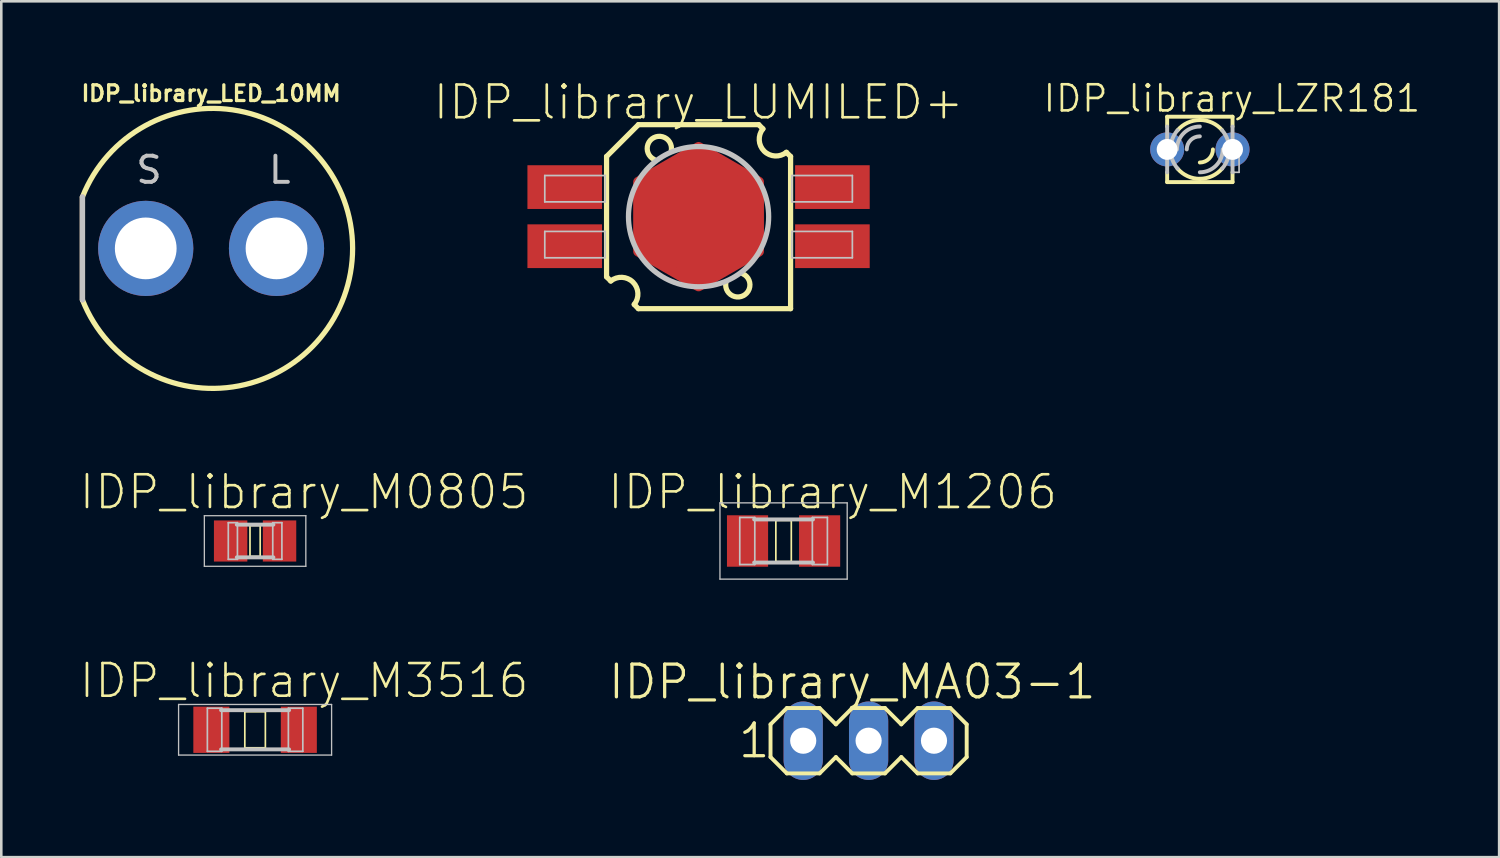
<source format=kicad_pcb>
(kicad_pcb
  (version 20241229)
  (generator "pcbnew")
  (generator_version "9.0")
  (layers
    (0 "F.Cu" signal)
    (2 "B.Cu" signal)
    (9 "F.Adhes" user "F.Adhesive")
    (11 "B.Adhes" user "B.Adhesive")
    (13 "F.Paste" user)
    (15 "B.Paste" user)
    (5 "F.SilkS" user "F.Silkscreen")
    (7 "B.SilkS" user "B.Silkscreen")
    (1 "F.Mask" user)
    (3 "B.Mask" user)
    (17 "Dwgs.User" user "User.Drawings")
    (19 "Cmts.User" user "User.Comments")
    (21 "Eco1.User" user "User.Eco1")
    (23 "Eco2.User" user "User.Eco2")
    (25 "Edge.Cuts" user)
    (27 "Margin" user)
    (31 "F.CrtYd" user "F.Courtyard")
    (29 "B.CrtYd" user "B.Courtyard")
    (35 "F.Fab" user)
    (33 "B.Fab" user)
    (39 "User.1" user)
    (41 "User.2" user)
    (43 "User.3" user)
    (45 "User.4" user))
  (footprint "IDP_library_LZR181"
    (layer "F.Cu")
    (at 43.558 2.754)
    (property "Reference" "IDP_library_LZR181" (at 1.245 -1.981 0) (layer "F.SilkS") (effects (font (size 1.016 1.016) (thickness 0.102))))
    (attr exclude_from_pos_files exclude_from_bom)
    (fp_line (start -1.27 -1.27) (end -1.27 -0.889) (stroke (width 0.152) (type solid)) (layer "F.SilkS"))
    (fp_line (start -1.27 -1.27) (end 1.27 -1.27) (stroke (width 0.152) (type solid)) (layer "F.SilkS"))
    (fp_line (start -1.27 1.27) (end -1.27 0.889) (stroke (width 0.152) (type solid)) (layer "F.SilkS"))
    (fp_line (start -1.27 1.27) (end 1.27 1.27) (stroke (width 0.152) (type solid)) (layer "F.SilkS"))
    (fp_line (start 1.27 -1.27) (end 1.27 -0.889) (stroke (width 0.152) (type solid)) (layer "F.SilkS"))
    (fp_line (start 1.27 1.27) (end 1.27 0.889) (stroke (width 0.152) (type solid)) (layer "F.SilkS"))
    (fp_arc (start -0.86614 -0.74168) (mid -0.477875 -1.035337) (end -0.002515 -1.140299) (stroke (width 0.1524) (type solid)) (layer "F.SilkS"))
    (fp_arc (start 0 -1.143) (mid 0.476716 -1.038841) (end 0.866548 -0.745348) (stroke (width 0.1524) (type solid)) (layer "F.SilkS"))
    (fp_arc (start 0 1.143) (mid -0.476716 1.038841) (end -0.866548 0.745348) (stroke (width 0.1524) (type solid)) (layer "F.SilkS"))
    (fp_arc (start 0.508 0) (mid 0.35921 0.35921) (end 0 0.508) (stroke (width 0.1524) (type solid)) (layer "F.SilkS"))
    (fp_arc (start 0.86614 0.74168) (mid 0.477875 1.035337) (end 0.002515 1.140299) (stroke (width 0.1524) (type solid)) (layer "F.SilkS"))
    (fp_line (start -1.524 -0.254) (end -1.27 -0.254) (stroke (width 0.066) (type solid)) (layer "Dwgs.User"))
    (fp_line (start -1.524 0.254) (end -1.524 -0.254) (stroke (width 0.066) (type solid)) (layer "Dwgs.User"))
    (fp_line (start -1.524 0.254) (end -1.27 0.254) (stroke (width 0.066) (type solid)) (layer "Dwgs.User"))
    (fp_line (start -1.27 0.254) (end -1.27 -0.254) (stroke (width 0.066) (type solid)) (layer "Dwgs.User"))
    (fp_line (start -1.27 0.889) (end -1.27 -0.889) (stroke (width 0.152) (type solid)) (layer "Dwgs.User"))
    (fp_line (start 1.27 -0.889) (end 1.27 0.889) (stroke (width 0.152) (type solid)) (layer "Dwgs.User"))
    (fp_line (start 1.27 -0.254) (end 1.524 -0.254) (stroke (width 0.066) (type solid)) (layer "Dwgs.User"))
    (fp_line (start 1.27 0.889) (end 1.27 -0.254) (stroke (width 0.066) (type solid)) (layer "Dwgs.User"))
    (fp_line (start 1.27 0.889) (end 1.524 0.889) (stroke (width 0.066) (type solid)) (layer "Dwgs.User"))
    (fp_line (start 1.524 0.889) (end 1.524 -0.254) (stroke (width 0.066) (type solid)) (layer "Dwgs.User"))
    (fp_arc (start -1.143 0) (mid -1.072007 -0.396548) (end -0.867847 -0.743835) (stroke (width 0.1524) (type solid)) (layer "Dwgs.User"))
    (fp_arc (start -0.889 0) (mid -0.628618 -0.628618) (end 0 -0.889) (stroke (width 0.1524) (type solid)) (layer "Dwgs.User"))
    (fp_arc (start -0.86614 0.74168) (mid -1.069658 0.395119) (end -1.140301 -0.000525) (stroke (width 0.1524) (type solid)) (layer "Dwgs.User"))
    (fp_arc (start -0.508 0) (mid -0.35921 -0.35921) (end 0 -0.508) (stroke (width 0.1524) (type solid)) (layer "Dwgs.User"))
    (fp_arc (start 0.86614 -0.74168) (mid 1.069658 -0.395119) (end 1.140301 0.000525) (stroke (width 0.1524) (type solid)) (layer "Dwgs.User"))
    (fp_arc (start 0.889 0) (mid 0.628618 0.628618) (end 0 0.889) (stroke (width 0.1524) (type solid)) (layer "Dwgs.User"))
    (fp_arc (start 1.143 0) (mid 1.072007 0.396548) (end 0.867847 0.743835) (stroke (width 0.1524) (type solid)) (layer "Dwgs.User"))
    (pad "A" thru_hole circle (at -1.27 0) (size 1.321 1.321) (drill 0.813) (layers "*.Cu" "*.Paste" "*.Mask"))
    (pad "K" thru_hole circle (at 1.27 0) (size 1.321 1.321) (drill 0.813) (layers "*.Cu" "*.Paste" "*.Mask")))
  (footprint "IDP_library_LED_10MM"
    (layer "F.Cu")
    (at 5.151 6.599)
    (property "Reference" "IDP_library_LED_10MM" (at 0 -6.02 0) (layer "F.SilkS") (effects (font (size 0.61 0.61) (thickness 0.127))))
    (attr exclude_from_pos_files exclude_from_bom)
    (fp_line (start -4.999 -1.999) (end -4.999 1.999) (stroke (width 0.203) (type solid)) (layer "F.SilkS"))
    (fp_arc (start -4.99872 -1.99898) (mid 5.496303 -0.003053) (end -4.996472 2.004657) (stroke (width 0.2032) (type solid)) (layer "F.SilkS"))
    (fp_line (start -4.999 -1.999) (end -4.999 1.999) (stroke (width 0.203) (type solid)) (layer "B.SilkS"))
    (fp_line (start -4.999 -1.999) (end -4.999 1.999) (stroke (width 0.203) (type solid)) (layer "Dwgs.User"))
    (fp_text user "S" (at -2.413 -3.048 0) (layer "Dwgs.User") (effects (font (size 1.016 1.016) (thickness 0.152))))
    (fp_text user "L" (at 2.667 -3.048 0) (layer "Dwgs.User") (effects (font (size 1.016 1.016) (thickness 0.152))))
    (pad "A" thru_hole circle (at 2.54 0) (size 3.698 3.698) (drill 2.398) (layers "*.Cu" "*.Paste" "*.Mask"))
    (pad "C" thru_hole circle (at -2.54 0) (size 3.698 3.698) (drill 2.398) (layers "*.Cu" "*.Paste" "*.Mask")))
  (footprint "IDP_library_LUMILED+"
    (layer "F.Cu")
    (at 24.086 5.366)
    (property "Reference" "IDP_library_LUMILED+" (at 0 -4.445 0) (layer "F.SilkS") (effects (font (size 1.27 1.27) (thickness 0.102))))
    (attr smd)
    (fp_poly (pts (xy 2.337 -1.349) (xy 0 -2.697) (xy -2.337 -1.349) (xy -2.337 1.349) (xy 0 2.697) (xy 2.337 1.349) (xy 2.337 -1.349)) (stroke (width 0.406) (type solid)) (fill yes) (layer "F.Cu"))
    (fp_poly (pts (xy 2.337 -1.349) (xy 0 -2.697) (xy -2.337 -1.349) (xy -2.337 1.349) (xy 0 2.697) (xy 2.337 1.349) (xy 2.337 -1.349)) (stroke (width 0.406) (type solid)) (fill yes) (layer "F.Mask"))
    (fp_line (start -3.574 -2.337) (end -2.337 -3.574) (stroke (width 0.203) (type solid)) (layer "F.SilkS"))
    (fp_line (start -3.574 2.337) (end -3.574 -2.337) (stroke (width 0.203) (type solid)) (layer "F.SilkS"))
    (fp_line (start -3.411 2.499) (end -3.574 2.337) (stroke (width 0.203) (type solid)) (layer "F.SilkS"))
    (fp_line (start -2.337 -3.574) (end 2.337 -3.574) (stroke (width 0.203) (type solid)) (layer "F.SilkS"))
    (fp_line (start -2.337 3.574) (end -2.499 3.411) (stroke (width 0.203) (type solid)) (layer "F.SilkS"))
    (fp_line (start 2.337 -3.574) (end 2.499 -3.411) (stroke (width 0.203) (type solid)) (layer "F.SilkS"))
    (fp_line (start 3.411 -2.499) (end 3.574 -2.337) (stroke (width 0.203) (type solid)) (layer "F.SilkS"))
    (fp_line (start 3.574 -2.337) (end 3.574 3.574) (stroke (width 0.203) (type solid)) (layer "F.SilkS"))
    (fp_line (start 3.574 3.574) (end -2.337 3.574) (stroke (width 0.203) (type solid)) (layer "F.SilkS"))
    (fp_arc (start -3.41122 2.49936) (mid -2.547009 2.545408) (end -2.497945 3.409453) (stroke (width 0.2032) (type solid)) (layer "F.SilkS"))
    (fp_arc (start -1.72466 -2.2225) (mid -1.738922 -3.068938) (end -1.060479 -2.562603) (stroke (width 0.2032) (type solid)) (layer "F.SilkS"))
    (fp_arc (start 1.72466 2.2225) (mid 1.738922 3.068938) (end 1.060479 2.562603) (stroke (width 0.2032) (type solid)) (layer "F.SilkS"))
    (fp_arc (start 3.41122 -2.49936) (mid 2.547009 -2.545408) (end 2.497945 -3.409453) (stroke (width 0.2032) (type solid)) (layer "F.SilkS"))
    (fp_poly (pts (xy 2.337 -1.349) (xy 0 -2.697) (xy -2.337 -1.349) (xy -2.337 1.349) (xy 0 2.697) (xy 2.337 1.349) (xy 2.337 -1.349)) (stroke (width 0.406) (type solid)) (fill yes) (layer "F.Paste"))
    (fp_line (start -5.974 -1.598) (end -3.625 -1.598) (stroke (width 0.066) (type solid)) (layer "Dwgs.User"))
    (fp_line (start -5.974 -0.574) (end -5.974 -1.598) (stroke (width 0.066) (type solid)) (layer "Dwgs.User"))
    (fp_line (start -5.974 -0.574) (end -3.625 -0.574) (stroke (width 0.066) (type solid)) (layer "Dwgs.User"))
    (fp_line (start -5.974 0.574) (end -3.625 0.574) (stroke (width 0.066) (type solid)) (layer "Dwgs.User"))
    (fp_line (start -5.974 1.598) (end -5.974 0.574) (stroke (width 0.066) (type solid)) (layer "Dwgs.User"))
    (fp_line (start -5.974 1.598) (end -3.625 1.598) (stroke (width 0.066) (type solid)) (layer "Dwgs.User"))
    (fp_line (start -3.625 -0.574) (end -3.625 -1.598) (stroke (width 0.066) (type solid)) (layer "Dwgs.User"))
    (fp_line (start -3.625 1.598) (end -3.625 0.574) (stroke (width 0.066) (type solid)) (layer "Dwgs.User"))
    (fp_line (start 3.625 -1.598) (end 3.625 -0.574) (stroke (width 0.066) (type solid)) (layer "Dwgs.User"))
    (fp_line (start 3.625 0.574) (end 3.625 1.598) (stroke (width 0.066) (type solid)) (layer "Dwgs.User"))
    (fp_line (start 5.974 -1.598) (end 3.625 -1.598) (stroke (width 0.066) (type solid)) (layer "Dwgs.User"))
    (fp_line (start 5.974 -1.598) (end 5.974 -0.574) (stroke (width 0.066) (type solid)) (layer "Dwgs.User"))
    (fp_line (start 5.974 -0.574) (end 3.625 -0.574) (stroke (width 0.066) (type solid)) (layer "Dwgs.User"))
    (fp_line (start 5.974 0.574) (end 3.625 0.574) (stroke (width 0.066) (type solid)) (layer "Dwgs.User"))
    (fp_line (start 5.974 0.574) (end 5.974 1.598) (stroke (width 0.066) (type solid)) (layer "Dwgs.User"))
    (fp_line (start 5.974 1.598) (end 3.625 1.598) (stroke (width 0.066) (type solid)) (layer "Dwgs.User"))
    (fp_circle (center 0 0) (end 0 -2.723) (stroke (width 0.203) (type solid)) (fill no) (layer "Dwgs.User"))
    (pad "1NC" smd rect (at -5.199 -1.148) (size 2.898 1.699) (layers "F.Cu" "F.Mask" "F.Paste"))
    (pad "2+" smd rect (at -5.199 1.148) (size 2.898 1.699) (layers "F.Cu" "F.Mask" "F.Paste"))
    (pad "3NC" smd rect (at 5.199 1.148 180) (size 2.898 1.699) (layers "F.Cu" "F.Mask" "F.Paste"))
    (pad "4-" smd rect (at 5.199 -1.148 180) (size 2.898 1.699) (layers "F.Cu" "F.Mask" "F.Paste")))
  (footprint "IDP_library_M3516"
    (layer "F.Cu")
    (at 6.859 25.298)
    (property "Reference" "IDP_library_M3516" (at 1.905 -1.905 0) (layer "F.SilkS") (effects (font (size 1.27 1.27) (thickness 0.102))))
    (attr smd)
    (fp_line (start -0.399 -0.699) (end 0.399 -0.699) (stroke (width 0.066) (type solid)) (layer "F.SilkS"))
    (fp_line (start -0.399 0.699) (end -0.399 -0.699) (stroke (width 0.066) (type solid)) (layer "F.SilkS"))
    (fp_line (start -0.399 0.699) (end 0.399 0.699) (stroke (width 0.066) (type solid)) (layer "F.SilkS"))
    (fp_line (start 0.399 0.699) (end 0.399 -0.699) (stroke (width 0.066) (type solid)) (layer "F.SilkS"))
    (fp_line (start -2.972 -0.983) (end 2.972 -0.983) (stroke (width 0.051) (type solid)) (layer "Dwgs.User"))
    (fp_line (start -2.972 0.983) (end -2.972 -0.983) (stroke (width 0.051) (type solid)) (layer "Dwgs.User"))
    (fp_line (start -1.854 -0.838) (end -1.293 -0.838) (stroke (width 0.066) (type solid)) (layer "Dwgs.User"))
    (fp_line (start -1.854 0.838) (end -1.854 -0.838) (stroke (width 0.066) (type solid)) (layer "Dwgs.User"))
    (fp_line (start -1.854 0.838) (end -1.293 0.838) (stroke (width 0.066) (type solid)) (layer "Dwgs.User"))
    (fp_line (start -1.293 0.838) (end -1.293 -0.838) (stroke (width 0.066) (type solid)) (layer "Dwgs.User"))
    (fp_line (start 1.293 -0.838) (end 1.854 -0.838) (stroke (width 0.066) (type solid)) (layer "Dwgs.User"))
    (fp_line (start 1.293 0.838) (end 1.293 -0.838) (stroke (width 0.066) (type solid)) (layer "Dwgs.User"))
    (fp_line (start 1.293 0.838) (end 1.854 0.838) (stroke (width 0.066) (type solid)) (layer "Dwgs.User"))
    (fp_line (start 1.321 -0.762) (end -1.321 -0.762) (stroke (width 0.152) (type solid)) (layer "Dwgs.User"))
    (fp_line (start 1.321 0.762) (end -1.321 0.762) (stroke (width 0.152) (type solid)) (layer "Dwgs.User"))
    (fp_line (start 1.854 0.838) (end 1.854 -0.838) (stroke (width 0.066) (type solid)) (layer "Dwgs.User"))
    (fp_line (start 2.972 -0.983) (end 2.972 0.983) (stroke (width 0.051) (type solid)) (layer "Dwgs.User"))
    (fp_line (start 2.972 0.983) (end -2.972 0.983) (stroke (width 0.051) (type solid)) (layer "Dwgs.User"))
    (pad "1" smd rect (at -1.699 0) (size 1.4 1.798) (layers "F.Cu" "F.Mask" "F.Paste"))
    (pad "2" smd rect (at 1.699 0) (size 1.4 1.798) (layers "F.Cu" "F.Mask" "F.Paste")))
  (footprint "IDP_library_M0805"
    (layer "F.Cu")
    (at 6.859 17.965)
    (property "Reference" "IDP_library_M0805" (at 1.905 -1.905 0) (layer "F.SilkS") (effects (font (size 1.27 1.27) (thickness 0.102))))
    (attr smd)
    (fp_line (start -0.198 -0.599) (end 0.198 -0.599) (stroke (width 0.066) (type solid)) (layer "F.SilkS"))
    (fp_line (start -0.198 0.599) (end -0.198 -0.599) (stroke (width 0.066) (type solid)) (layer "F.SilkS"))
    (fp_line (start -0.198 0.599) (end 0.198 0.599) (stroke (width 0.066) (type solid)) (layer "F.SilkS"))
    (fp_line (start 0.198 0.599) (end 0.198 -0.599) (stroke (width 0.066) (type solid)) (layer "F.SilkS"))
    (fp_line (start -1.971 -0.983) (end 1.971 -0.983) (stroke (width 0.051) (type solid)) (layer "Dwgs.User"))
    (fp_line (start -1.971 0.983) (end -1.971 -0.983) (stroke (width 0.051) (type solid)) (layer "Dwgs.User"))
    (fp_line (start -1.041 -0.711) (end -0.686 -0.711) (stroke (width 0.066) (type solid)) (layer "Dwgs.User"))
    (fp_line (start -1.041 0.711) (end -1.041 -0.711) (stroke (width 0.066) (type solid)) (layer "Dwgs.User"))
    (fp_line (start -1.041 0.711) (end -0.686 0.711) (stroke (width 0.066) (type solid)) (layer "Dwgs.User"))
    (fp_line (start -0.686 0.711) (end -0.686 -0.711) (stroke (width 0.066) (type solid)) (layer "Dwgs.User"))
    (fp_line (start 0.686 -0.711) (end 1.041 -0.711) (stroke (width 0.066) (type solid)) (layer "Dwgs.User"))
    (fp_line (start 0.686 0.711) (end 0.686 -0.711) (stroke (width 0.066) (type solid)) (layer "Dwgs.User"))
    (fp_line (start 0.686 0.711) (end 1.041 0.711) (stroke (width 0.066) (type solid)) (layer "Dwgs.User"))
    (fp_line (start 0.711 -0.635) (end -0.711 -0.635) (stroke (width 0.152) (type solid)) (layer "Dwgs.User"))
    (fp_line (start 0.711 0.635) (end -0.711 0.635) (stroke (width 0.152) (type solid)) (layer "Dwgs.User"))
    (fp_line (start 1.041 0.711) (end 1.041 -0.711) (stroke (width 0.066) (type solid)) (layer "Dwgs.User"))
    (fp_line (start 1.971 -0.983) (end 1.971 0.983) (stroke (width 0.051) (type solid)) (layer "Dwgs.User"))
    (fp_line (start 1.971 0.983) (end -1.971 0.983) (stroke (width 0.051) (type solid)) (layer "Dwgs.User"))
    (pad "1" smd rect (at -0.95 0) (size 1.298 1.598) (layers "F.Cu" "F.Mask" "F.Paste"))
    (pad "2" smd rect (at 0.95 0) (size 1.298 1.598) (layers "F.Cu" "F.Mask" "F.Paste")))
  (footprint "IDP_library_MA03-1"
    (layer "F.Cu")
    (at 30.691 25.723)
    (property "Reference" "IDP_library_MA03-1" (at -0.635 -2.286 0) (layer "F.SilkS") (effects (font (size 1.27 1.27) (thickness 0.127))))
    (attr exclude_from_pos_files exclude_from_bom)
    (fp_line (start -3.81 -0.635) (end -3.81 0.635) (stroke (width 0.152) (type solid)) (layer "F.SilkS"))
    (fp_line (start -3.81 0.635) (end -3.175 1.27) (stroke (width 0.152) (type solid)) (layer "F.SilkS"))
    (fp_line (start -3.175 -1.27) (end -3.81 -0.635) (stroke (width 0.152) (type solid)) (layer "F.SilkS"))
    (fp_line (start -3.175 -1.27) (end -1.905 -1.27) (stroke (width 0.152) (type solid)) (layer "F.SilkS"))
    (fp_line (start -1.905 -1.27) (end -1.27 -0.635) (stroke (width 0.152) (type solid)) (layer "F.SilkS"))
    (fp_line (start -1.905 1.27) (end -3.175 1.27) (stroke (width 0.152) (type solid)) (layer "F.SilkS"))
    (fp_line (start -1.27 -0.635) (end -0.635 -1.27) (stroke (width 0.152) (type solid)) (layer "F.SilkS"))
    (fp_line (start -1.27 0.635) (end -1.905 1.27) (stroke (width 0.152) (type solid)) (layer "F.SilkS"))
    (fp_line (start -0.635 -1.27) (end 0.635 -1.27) (stroke (width 0.152) (type solid)) (layer "F.SilkS"))
    (fp_line (start -0.635 1.27) (end -1.27 0.635) (stroke (width 0.152) (type solid)) (layer "F.SilkS"))
    (fp_line (start 0.635 -1.27) (end 1.27 -0.635) (stroke (width 0.152) (type solid)) (layer "F.SilkS"))
    (fp_line (start 0.635 1.27) (end -0.635 1.27) (stroke (width 0.152) (type solid)) (layer "F.SilkS"))
    (fp_line (start 1.27 -0.635) (end 1.905 -1.27) (stroke (width 0.152) (type solid)) (layer "F.SilkS"))
    (fp_line (start 1.27 0.635) (end 0.635 1.27) (stroke (width 0.152) (type solid)) (layer "F.SilkS"))
    (fp_line (start 1.905 -1.27) (end 3.175 -1.27) (stroke (width 0.152) (type solid)) (layer "F.SilkS"))
    (fp_line (start 1.905 1.27) (end 1.27 0.635) (stroke (width 0.152) (type solid)) (layer "F.SilkS"))
    (fp_line (start 3.175 -1.27) (end 3.81 -0.635) (stroke (width 0.152) (type solid)) (layer "F.SilkS"))
    (fp_line (start 3.175 1.27) (end 1.905 1.27) (stroke (width 0.152) (type solid)) (layer "F.SilkS"))
    (fp_line (start 3.81 -0.635) (end 3.81 0.635) (stroke (width 0.152) (type solid)) (layer "F.SilkS"))
    (fp_line (start 3.81 0.635) (end 3.175 1.27) (stroke (width 0.152) (type solid)) (layer "F.SilkS"))
    (fp_line (start -2.794 -0.254) (end -2.286 -0.254) (stroke (width 0.066) (type solid)) (layer "Dwgs.User"))
    (fp_line (start -2.794 0.254) (end -2.794 -0.254) (stroke (width 0.066) (type solid)) (layer "Dwgs.User"))
    (fp_line (start -2.794 0.254) (end -2.286 0.254) (stroke (width 0.066) (type solid)) (layer "Dwgs.User"))
    (fp_line (start -2.286 0.254) (end -2.286 -0.254) (stroke (width 0.066) (type solid)) (layer "Dwgs.User"))
    (fp_line (start -0.254 -0.254) (end 0.254 -0.254) (stroke (width 0.066) (type solid)) (layer "Dwgs.User"))
    (fp_line (start -0.254 0.254) (end -0.254 -0.254) (stroke (width 0.066) (type solid)) (layer "Dwgs.User"))
    (fp_line (start -0.254 0.254) (end 0.254 0.254) (stroke (width 0.066) (type solid)) (layer "Dwgs.User"))
    (fp_line (start 0.254 0.254) (end 0.254 -0.254) (stroke (width 0.066) (type solid)) (layer "Dwgs.User"))
    (fp_line (start 2.286 -0.254) (end 2.794 -0.254) (stroke (width 0.066) (type solid)) (layer "Dwgs.User"))
    (fp_line (start 2.286 0.254) (end 2.286 -0.254) (stroke (width 0.066) (type solid)) (layer "Dwgs.User"))
    (fp_line (start 2.286 0.254) (end 2.794 0.254) (stroke (width 0.066) (type solid)) (layer "Dwgs.User"))
    (fp_line (start 2.794 0.254) (end 2.794 -0.254) (stroke (width 0.066) (type solid)) (layer "Dwgs.User"))
    (fp_text user "1" (at -4.445 0 0) (layer "F.SilkS") (effects (font (size 1.27 1.27) (thickness 0.127))))
    (pad "1" thru_hole oval (at -2.54 0 180) (size 1.524 3.048) (drill 1.016) (layers "*.Cu" "*.Paste" "*.Mask"))
    (pad "2" thru_hole oval (at 0 0 180) (size 1.524 3.048) (drill 1.016) (layers "*.Cu" "*.Paste" "*.Mask"))
    (pad "3" thru_hole oval (at 2.54 0 180) (size 1.524 3.048) (drill 1.016) (layers "*.Cu" "*.Paste" "*.Mask")))
  (footprint "IDP_library_M1206"
    (layer "F.Cu")
    (at 27.388 17.965)
    (property "Reference" "IDP_library_M1206" (at 1.905 -1.905 0) (layer "F.SilkS") (effects (font (size 1.27 1.27) (thickness 0.102))))
    (attr smd)
    (fp_line (start -0.3 -0.8) (end 0.3 -0.8) (stroke (width 0.066) (type solid)) (layer "F.SilkS"))
    (fp_line (start -0.3 0.8) (end -0.3 -0.8) (stroke (width 0.066) (type solid)) (layer "F.SilkS"))
    (fp_line (start -0.3 0.8) (end 0.3 0.8) (stroke (width 0.066) (type solid)) (layer "F.SilkS"))
    (fp_line (start 0.3 0.8) (end 0.3 -0.8) (stroke (width 0.066) (type solid)) (layer "F.SilkS"))
    (fp_line (start -2.471 -1.481) (end 2.471 -1.481) (stroke (width 0.051) (type solid)) (layer "Dwgs.User"))
    (fp_line (start -2.471 1.481) (end -2.471 -1.481) (stroke (width 0.051) (type solid)) (layer "Dwgs.User"))
    (fp_line (start -1.702 -0.914) (end -1.118 -0.914) (stroke (width 0.066) (type solid)) (layer "Dwgs.User"))
    (fp_line (start -1.702 0.914) (end -1.702 -0.914) (stroke (width 0.066) (type solid)) (layer "Dwgs.User"))
    (fp_line (start -1.702 0.914) (end -1.118 0.914) (stroke (width 0.066) (type solid)) (layer "Dwgs.User"))
    (fp_line (start -1.118 0.914) (end -1.118 -0.914) (stroke (width 0.066) (type solid)) (layer "Dwgs.User"))
    (fp_line (start 1.118 -0.914) (end 1.702 -0.914) (stroke (width 0.066) (type solid)) (layer "Dwgs.User"))
    (fp_line (start 1.118 0.914) (end 1.118 -0.914) (stroke (width 0.066) (type solid)) (layer "Dwgs.User"))
    (fp_line (start 1.118 0.914) (end 1.702 0.914) (stroke (width 0.066) (type solid)) (layer "Dwgs.User"))
    (fp_line (start 1.143 -0.838) (end -1.143 -0.838) (stroke (width 0.152) (type solid)) (layer "Dwgs.User"))
    (fp_line (start 1.143 0.838) (end -1.143 0.838) (stroke (width 0.152) (type solid)) (layer "Dwgs.User"))
    (fp_line (start 1.702 0.914) (end 1.702 -0.914) (stroke (width 0.066) (type solid)) (layer "Dwgs.User"))
    (fp_line (start 2.471 -1.481) (end 2.471 1.481) (stroke (width 0.051) (type solid)) (layer "Dwgs.User"))
    (fp_line (start 2.471 1.481) (end -2.471 1.481) (stroke (width 0.051) (type solid)) (layer "Dwgs.User"))
    (pad "1" smd rect (at -1.4 0) (size 1.598 1.999) (layers "F.Cu" "F.Mask" "F.Paste"))
    (pad "2" smd rect (at 1.4 0) (size 1.598 1.999) (layers "F.Cu" "F.Mask" "F.Paste")))
  (gr_rect
    (start -3 -3)
    (end 55.184 30.247)
    (stroke (width 0.1) (type default))
    (fill no)
    (layer "Edge.Cuts")))
</source>
